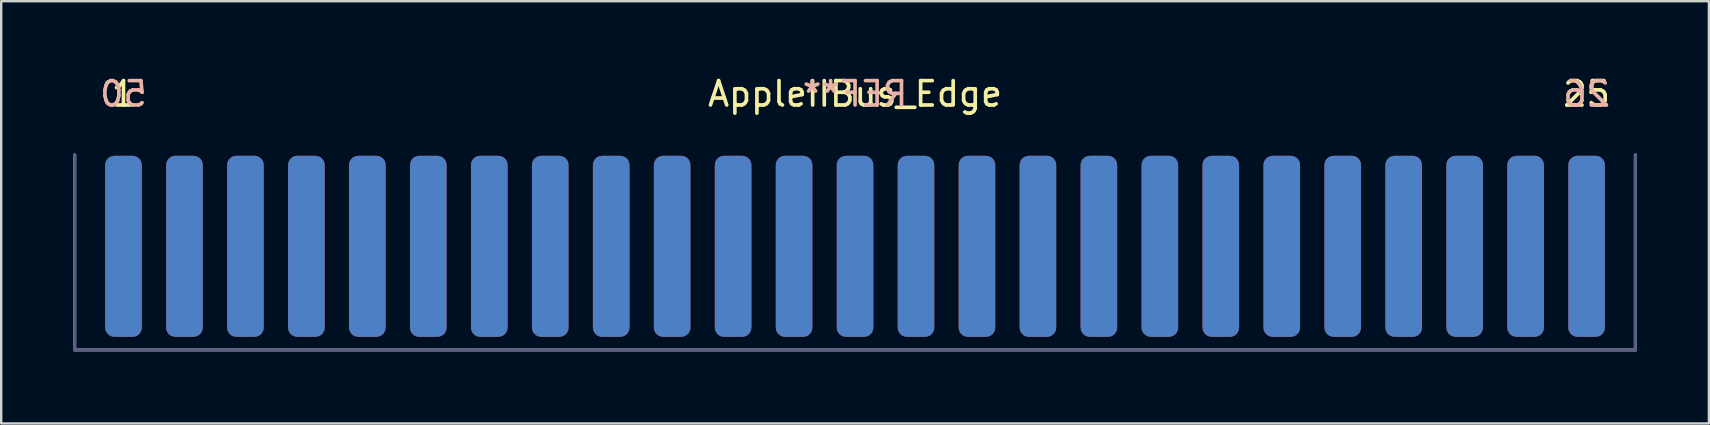
<source format=kicad_pcb>
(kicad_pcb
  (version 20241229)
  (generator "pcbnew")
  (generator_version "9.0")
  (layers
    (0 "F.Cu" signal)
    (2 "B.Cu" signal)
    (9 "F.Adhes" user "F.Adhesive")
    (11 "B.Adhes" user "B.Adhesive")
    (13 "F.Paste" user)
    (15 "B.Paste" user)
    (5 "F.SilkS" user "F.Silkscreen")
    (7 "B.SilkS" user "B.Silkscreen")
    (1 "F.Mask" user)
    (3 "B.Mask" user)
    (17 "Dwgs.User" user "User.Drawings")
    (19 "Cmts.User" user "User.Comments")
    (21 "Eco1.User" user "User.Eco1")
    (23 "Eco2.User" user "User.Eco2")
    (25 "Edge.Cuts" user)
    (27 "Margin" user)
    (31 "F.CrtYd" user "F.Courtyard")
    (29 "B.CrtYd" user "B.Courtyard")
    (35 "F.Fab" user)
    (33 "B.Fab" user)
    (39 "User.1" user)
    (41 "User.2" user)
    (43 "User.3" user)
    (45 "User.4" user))
  (footprint "AppleIIBus_Edge"
    (layer "F.Cu")
    (at 32.575 7.212)
    (property "Reference" "AppleIIBus_Edge" (at 0 -6.35 0) (layer "F.SilkS") (effects (font (size 1.016 1.016) (thickness 0.152))))
    (attr exclude_from_pos_files exclude_from_bom)
    (fp_line (start -32.512 4.318) (end -32.512 -3.81) (stroke (width 0.127) (type solid)) (layer "B.Fab"))
    (fp_line (start 32.512 -3.81) (end 32.512 4.318) (stroke (width 0.127) (type solid)) (layer "B.Fab"))
    (fp_line (start 32.512 4.318) (end -32.512 4.318) (stroke (width 0.127) (type solid)) (layer "B.Fab"))
    (fp_line (start -32.512 4.318) (end -32.512 -3.81) (stroke (width 0.127) (type solid)) (layer "F.Fab"))
    (fp_line (start 32.512 -3.81) (end 32.512 4.318) (stroke (width 0.127) (type solid)) (layer "F.Fab"))
    (fp_line (start 32.512 4.318) (end -32.512 4.318) (stroke (width 0.127) (type solid)) (layer "F.Fab"))
    (fp_text user "1" (at -30.48 -6.35 0) (layer "F.SilkS") (effects (font (size 1.016 1.016) (thickness 0.152))))
    (fp_text user "25" (at 30.48 -6.35 0) (layer "F.SilkS") (effects (font (size 1.016 1.016) (thickness 0.152))))
    (fp_text user "50" (at -30.48 -6.35 0) (layer "B.SilkS") (effects (font (size 1.016 1.016) (thickness 0.152)) (justify mirror)))
    (fp_text user "26" (at 30.48 -6.35 0) (layer "B.SilkS") (effects (font (size 1.016 1.016) (thickness 0.152)) (justify mirror)))
    (fp_text user "REF**" (at 0 -6.35 0) (layer "B.SilkS") (effects (font (size 1.016 1.016) (thickness 0.152)) (justify mirror)))
    (pad "1" smd roundrect (at -30.48 0 180) (size 1.524 7.54) (layers "F.Cu" "F.Mask") (roundrect_rratio 0.25))
    (pad "2" smd roundrect (at -27.94 0 180) (size 1.524 7.54) (layers "F.Cu" "F.Mask") (roundrect_rratio 0.25))
    (pad "3" smd roundrect (at -25.4 0 180) (size 1.524 7.54) (layers "F.Cu" "F.Mask") (roundrect_rratio 0.25))
    (pad "4" smd roundrect (at -22.86 0 180) (size 1.524 7.54) (layers "F.Cu" "F.Mask") (roundrect_rratio 0.25))
    (pad "5" smd roundrect (at -20.32 0 180) (size 1.524 7.54) (layers "F.Cu" "F.Mask") (roundrect_rratio 0.25))
    (pad "6" smd roundrect (at -17.78 0 180) (size 1.524 7.54) (layers "F.Cu" "F.Mask") (roundrect_rratio 0.25))
    (pad "7" smd roundrect (at -15.24 0 180) (size 1.524 7.54) (layers "F.Cu" "F.Mask") (roundrect_rratio 0.25))
    (pad "8" smd roundrect (at -12.7 0 180) (size 1.524 7.54) (layers "F.Cu" "F.Mask") (roundrect_rratio 0.25))
    (pad "9" smd roundrect (at -10.16 0 180) (size 1.524 7.54) (layers "F.Cu" "F.Mask") (roundrect_rratio 0.25))
    (pad "10" smd roundrect (at -7.62 0 180) (size 1.524 7.54) (layers "F.Cu" "F.Mask") (roundrect_rratio 0.25))
    (pad "11" smd roundrect (at -5.08 0 180) (size 1.524 7.54) (layers "F.Cu" "F.Mask") (roundrect_rratio 0.25))
    (pad "12" smd roundrect (at -2.54 0 180) (size 1.524 7.54) (layers "F.Cu" "F.Mask") (roundrect_rratio 0.25))
    (pad "13" smd roundrect (at 0 0 180) (size 1.524 7.54) (layers "F.Cu" "F.Mask") (roundrect_rratio 0.25))
    (pad "14" smd roundrect (at 2.54 0 180) (size 1.524 7.54) (layers "F.Cu" "F.Mask") (roundrect_rratio 0.25))
    (pad "15" smd roundrect (at 5.08 0 180) (size 1.524 7.54) (layers "F.Cu" "F.Mask") (roundrect_rratio 0.25))
    (pad "16" smd roundrect (at 7.62 0 180) (size 1.524 7.54) (layers "F.Cu" "F.Mask") (roundrect_rratio 0.25))
    (pad "17" smd roundrect (at 10.16 0 180) (size 1.524 7.54) (layers "F.Cu" "F.Mask") (roundrect_rratio 0.25))
    (pad "18" smd roundrect (at 12.7 0 180) (size 1.524 7.54) (layers "F.Cu" "F.Mask") (roundrect_rratio 0.25))
    (pad "19" smd roundrect (at 15.24 0 180) (size 1.524 7.54) (layers "F.Cu" "F.Mask") (roundrect_rratio 0.25))
    (pad "20" smd roundrect (at 17.78 0 180) (size 1.524 7.54) (layers "F.Cu" "F.Mask") (roundrect_rratio 0.25))
    (pad "21" smd roundrect (at 20.32 0 180) (size 1.524 7.54) (layers "F.Cu" "F.Mask") (roundrect_rratio 0.25))
    (pad "22" smd roundrect (at 22.86 0 180) (size 1.524 7.54) (layers "F.Cu" "F.Mask") (roundrect_rratio 0.25))
    (pad "23" smd roundrect (at 25.4 0 180) (size 1.524 7.54) (layers "F.Cu" "F.Mask") (roundrect_rratio 0.25))
    (pad "24" smd roundrect (at 27.94 0 180) (size 1.524 7.54) (layers "F.Cu" "F.Mask") (roundrect_rratio 0.25))
    (pad "25" smd roundrect (at 30.48 0 180) (size 1.524 7.54) (layers "F.Cu" "F.Mask") (roundrect_rratio 0.25))
    (pad "26" smd roundrect (at 30.48 0 180) (size 1.524 7.54) (layers "B.Cu" "B.Mask") (roundrect_rratio 0.25))
    (pad "27" smd roundrect (at 27.94 0 180) (size 1.524 7.54) (layers "B.Cu" "B.Mask") (roundrect_rratio 0.25))
    (pad "28" smd roundrect (at 25.4 0 180) (size 1.524 7.54) (layers "B.Cu" "B.Mask") (roundrect_rratio 0.25))
    (pad "29" smd roundrect (at 22.86 0 180) (size 1.524 7.54) (layers "B.Cu" "B.Mask") (roundrect_rratio 0.25))
    (pad "30" smd roundrect (at 20.32 0 180) (size 1.524 7.54) (layers "B.Cu" "B.Mask") (roundrect_rratio 0.25))
    (pad "31" smd roundrect (at 17.78 0 180) (size 1.524 7.54) (layers "B.Cu" "B.Mask") (roundrect_rratio 0.25))
    (pad "32" smd roundrect (at 15.24 0 180) (size 1.524 7.54) (layers "B.Cu" "B.Mask") (roundrect_rratio 0.25))
    (pad "33" smd roundrect (at 12.7 0 180) (size 1.524 7.54) (layers "B.Cu" "B.Mask") (roundrect_rratio 0.25))
    (pad "34" smd roundrect (at 10.16 0 180) (size 1.524 7.54) (layers "B.Cu" "B.Mask") (roundrect_rratio 0.25))
    (pad "35" smd roundrect (at 7.62 0 180) (size 1.524 7.54) (layers "B.Cu" "B.Mask") (roundrect_rratio 0.25))
    (pad "36" smd roundrect (at 5.08 0 180) (size 1.524 7.54) (layers "B.Cu" "B.Mask") (roundrect_rratio 0.25))
    (pad "37" smd roundrect (at 2.54 0 180) (size 1.524 7.54) (layers "B.Cu" "B.Mask") (roundrect_rratio 0.25))
    (pad "38" smd roundrect (at 0 0 180) (size 1.524 7.54) (layers "B.Cu" "B.Mask") (roundrect_rratio 0.25))
    (pad "39" smd roundrect (at -2.54 0 180) (size 1.524 7.54) (layers "B.Cu" "B.Mask") (roundrect_rratio 0.25))
    (pad "40" smd roundrect (at -5.08 0 180) (size 1.524 7.54) (layers "B.Cu" "B.Mask") (roundrect_rratio 0.25))
    (pad "41" smd roundrect (at -7.62 0 180) (size 1.524 7.54) (layers "B.Cu" "B.Mask") (roundrect_rratio 0.25))
    (pad "42" smd roundrect (at -10.16 0 180) (size 1.524 7.54) (layers "B.Cu" "B.Mask") (roundrect_rratio 0.25))
    (pad "43" smd roundrect (at -12.7 0 180) (size 1.524 7.54) (layers "B.Cu" "B.Mask") (roundrect_rratio 0.25))
    (pad "44" smd roundrect (at -15.24 0 180) (size 1.524 7.54) (layers "B.Cu" "B.Mask") (roundrect_rratio 0.25))
    (pad "45" smd roundrect (at -17.78 0 180) (size 1.524 7.54) (layers "B.Cu" "B.Mask") (roundrect_rratio 0.25))
    (pad "46" smd roundrect (at -20.32 0 180) (size 1.524 7.54) (layers "B.Cu" "B.Mask") (roundrect_rratio 0.25))
    (pad "47" smd roundrect (at -22.86 0 180) (size 1.524 7.54) (layers "B.Cu" "B.Mask") (roundrect_rratio 0.25))
    (pad "48" smd roundrect (at -25.4 0 180) (size 1.524 7.54) (layers "B.Cu" "B.Mask") (roundrect_rratio 0.25))
    (pad "49" smd roundrect (at -27.94 0 180) (size 1.524 7.54) (layers "B.Cu" "B.Mask") (roundrect_rratio 0.25))
    (pad "50" smd roundrect (at -30.48 0 180) (size 1.524 7.54) (layers "B.Cu" "B.Mask") (roundrect_rratio 0.25)))
  (gr_rect
    (start -3 -3)
    (end 68.151 14.593)
    (stroke (width 0.1) (type default))
    (fill no)
    (layer "Edge.Cuts")))
</source>
